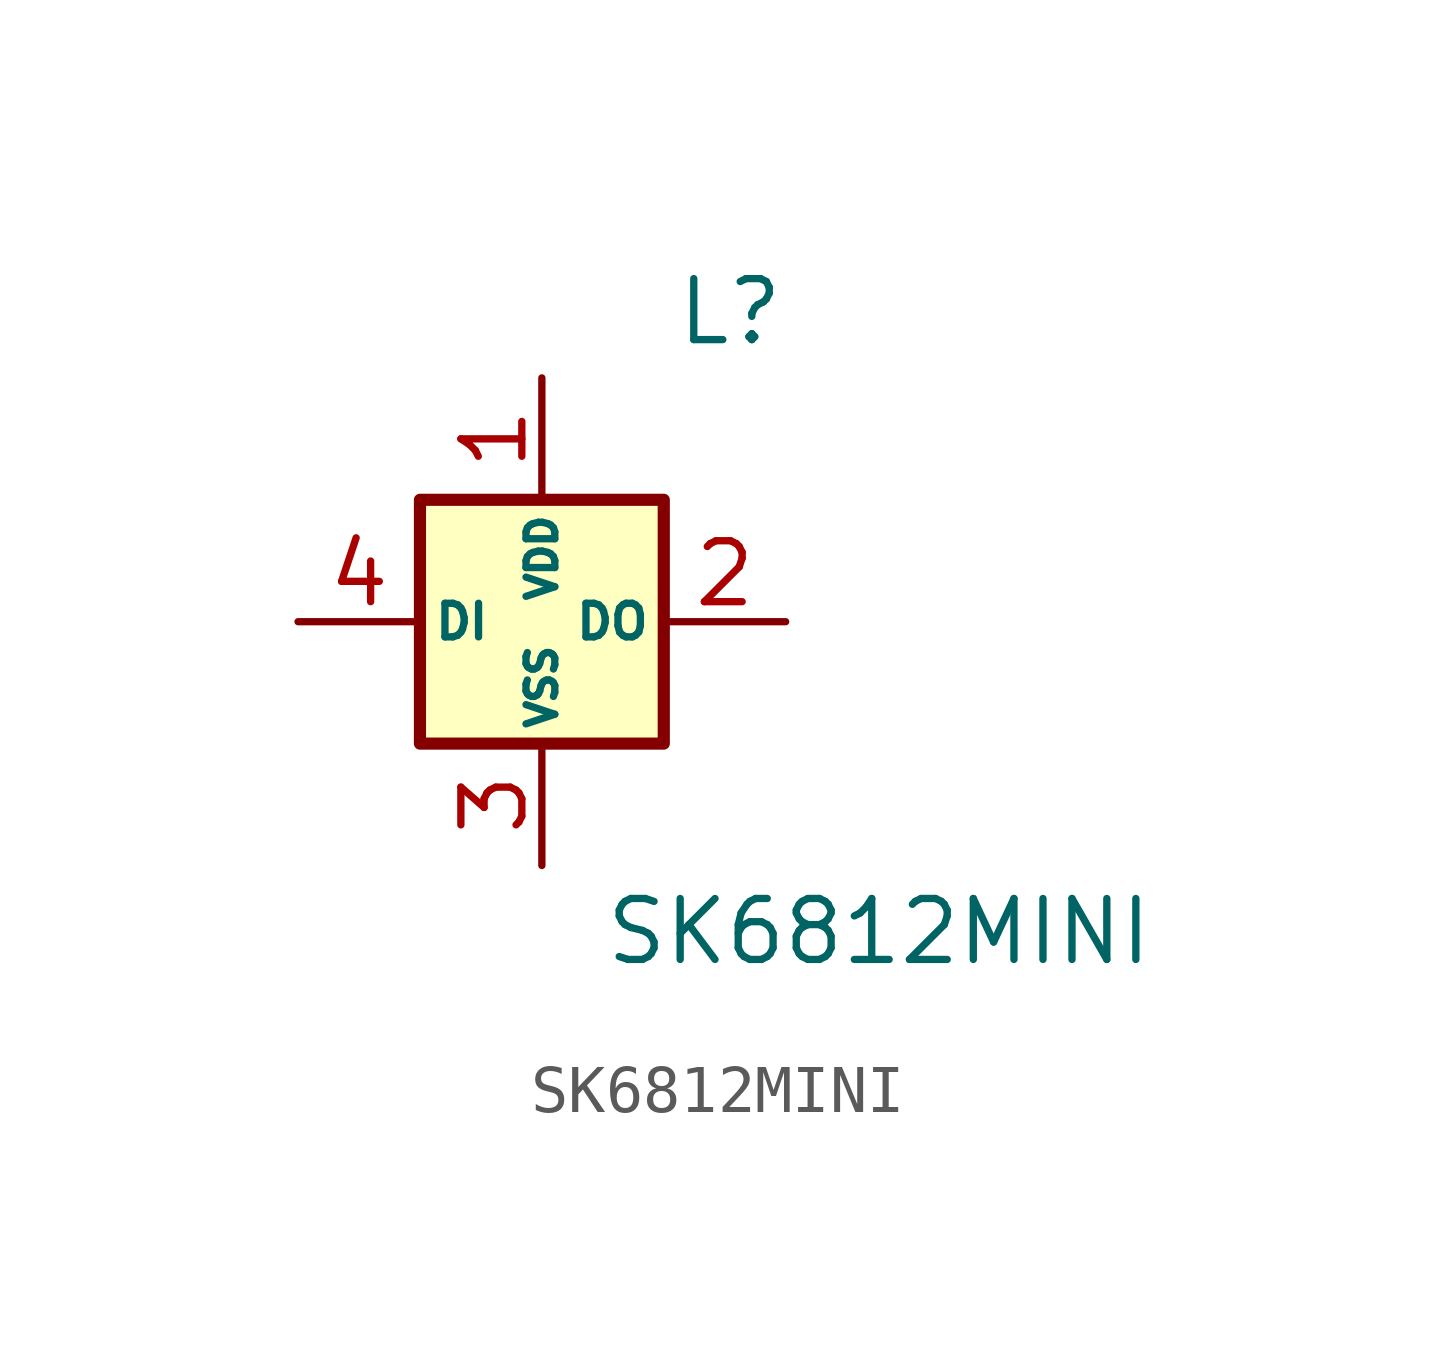
<source format=kicad_sym>
(kicad_symbol_lib
  (version 20211014)
  (generator kicad_symbol_editor)
  (symbol "SK6812MINI"
    (pin_names
      (offset 0.254))
    (property "Reference" "L"
      (at 5.08 5.715 0)
      (effects (font (size 1.27 1.27)) (justify right bottom)))
    (property "Value" "SK6812MINI"
      (at 1.27 -5.715 0)
      (effects (font (size 1.27 1.27)) (justify left top)))
    (symbol "SK6812MINI_0_1"
      (rectangle (start -2.54 2.54) (end 2.54 -2.54) (stroke (width 0.254) (type default) (color 0 0 0 0)) (fill (type background))))
    (symbol "SK6812MINI_1_1"
      (pin power_in line (at 0 5.08 270) (length 2.54) (name "VDD" (effects (font (size 0.6 0.6)))) (number "1" (effects (font (size 1.27 1.27)))))
      (pin output line (at 5.08 0 180) (length 2.54) (name "DO" (effects (font (size 0.7 0.7)))) (number "2" (effects (font (size 1.27 1.27)))))
      (pin power_in line (at 0 -5.08 90) (length 2.54) (name "VSS" (effects (font (size 0.6 0.6)))) (number "3" (effects (font (size 1.27 1.27)))))
      (pin input line (at -5.08 0 0) (length 2.54) (name "DI" (effects (font (size 0.7 0.7)))) (number "4" (effects (font (size 1.27 1.27))))))))
</source>
